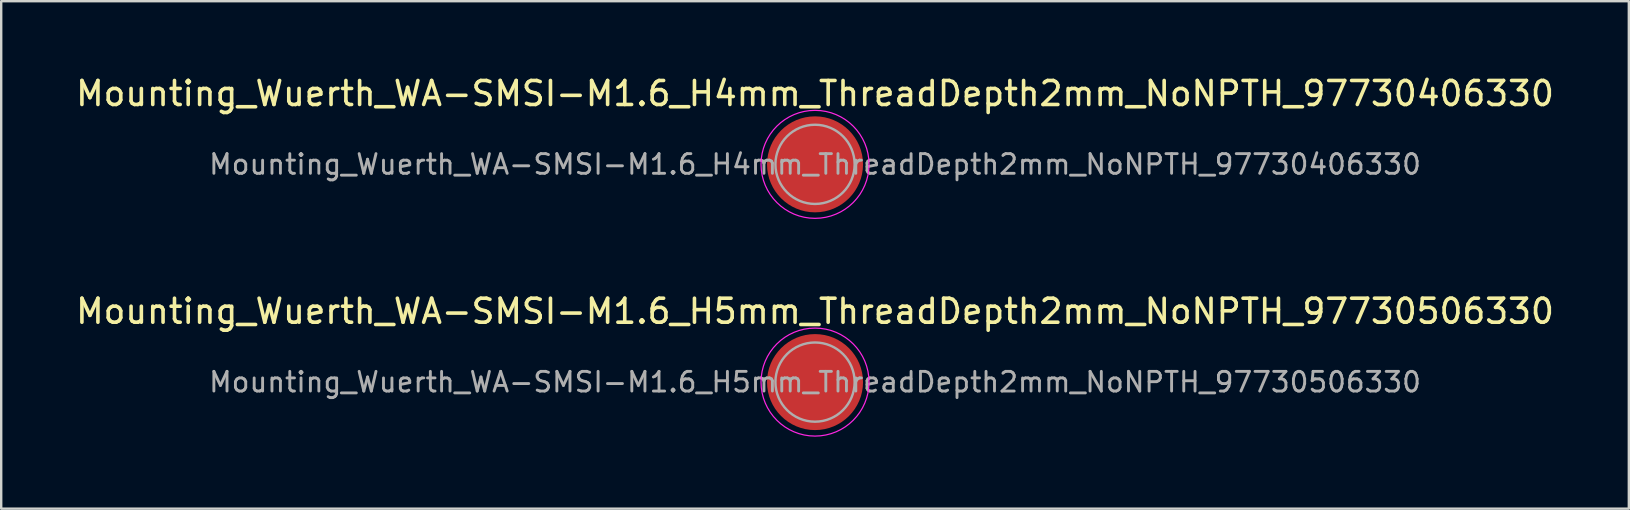
<source format=kicad_pcb>
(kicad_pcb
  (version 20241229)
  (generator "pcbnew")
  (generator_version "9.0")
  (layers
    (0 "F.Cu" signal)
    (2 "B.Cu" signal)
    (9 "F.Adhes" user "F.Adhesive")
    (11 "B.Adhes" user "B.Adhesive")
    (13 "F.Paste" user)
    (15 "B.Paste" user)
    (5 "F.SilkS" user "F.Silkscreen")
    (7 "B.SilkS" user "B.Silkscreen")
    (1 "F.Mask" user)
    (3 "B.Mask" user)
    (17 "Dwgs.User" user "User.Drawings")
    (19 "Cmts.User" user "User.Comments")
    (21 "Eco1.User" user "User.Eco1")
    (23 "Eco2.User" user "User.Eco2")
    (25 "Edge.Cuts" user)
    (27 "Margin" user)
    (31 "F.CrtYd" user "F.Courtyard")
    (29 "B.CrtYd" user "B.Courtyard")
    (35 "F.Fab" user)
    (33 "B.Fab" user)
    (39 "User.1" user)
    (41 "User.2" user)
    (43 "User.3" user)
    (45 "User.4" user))
  (footprint "Mounting_Wuerth_WA-SMSI-M1.6_H4mm_ThreadDepth2mm_NoNPTH_97730406330"
    (layer "F.Cu")
    (at 30.911 3.798)
    (property "Reference" "Mounting_Wuerth_WA-SMSI-M1.6_H4mm_ThreadDepth2mm_NoNPTH_97730406330" (at 0 -2.95 0) (layer "F.SilkS") (effects (font (size 1 1) (thickness 0.15))))
    (property "Mouser Part no." "" (at 0 0 0) (layer "F.Fab") (effects (font (size 1.27 1.27) (thickness 0.15))))
    (property "Mouser link" "" (at 0 0 0) (layer "F.Fab") (effects (font (size 1.27 1.27) (thickness 0.15))))
    (attr smd)
    (fp_circle (center 0 0) (end 2.25 0) (stroke (width 0.05) (type solid)) (fill no) (layer "F.CrtYd"))
    (fp_circle (center 0 0) (end 1.65 0) (stroke (width 0.1) (type solid)) (fill no) (layer "F.Fab"))
    (fp_text user "${REFERENCE}" (at 0 0 0) (layer "F.Fab") (effects (font (size 0.82 0.82) (thickness 0.12))))
    (pad "" smd custom (at -0.778 -0.778) (size 1.2 1.2) (layers "F.Paste") (options (anchor circle)) (primitives (gr_arc (start 0.465568 0.527817) (mid 0.494887 0.495062) (end 0.527624 0.465723) (width 0.2)) (gr_arc (start 0.344805 0.527817) (mid 0.424264 0.424264) (end 0.527818 0.344805) (width 0.2)) (gr_arc (start 0.232382 0.527817) (mid 0.353364 0.353743) (end 0.527329 0.232606) (width 0.2)) (gr_arc (start 0.123983 0.527817) (mid 0.282626 0.28306) (end 0.527243 0.124203) (width 0.2)) (gr_arc (start 0.017883 0.527817) (mid 0.211737 0.212527) (end 0.526755 0.018233) (width 0.2)) (gr_arc (start -0.086763 0.527817) (mid 0.141173 0.14167) (end 0.527142 -0.086568) (width 0.2)) (gr_arc (start -0.190428 0.527817) (mid 0.070433 0.070988) (end 0.527057 -0.190232) (width 0.2)) (gr_arc (start -0.293397 0.527817) (mid -0.000182 0.000182) (end 0.527315 -0.29328) (width 0.2)) (gr_arc (start -0.395852 0.527817) (mid -0.071085 -0.070336) (end 0.526781 -0.395631) (width 0.2)) (gr_arc (start -0.497918 0.527817) (mid -0.141622 -0.141221) (end 0.52726 -0.497809) (width 0.2)) (gr_arc (start -0.59968 0.527817) (mid -0.212364 -0.2119) (end 0.527171 -0.599563) (width 0.2)) (gr_arc (start -0.701202 0.527817) (mid -0.282952 -0.282733) (end 0.527511 -0.70115) (width 0.2)) (gr_arc (start -0.802531 0.527817) (mid -0.353765 -0.353343) (end 0.527227 -0.802438) (width 0.2)) (gr_arc (start -0.9037 0.527817) (mid -0.425176 -0.423352) (end 0.525265 -0.903319) (width 0.2)) (gr_arc (start -1.004737 0.527817) (mid -0.49534 -0.49461) (end 0.526794 -1.004593) (width 0.2)) (gr_line (start 0.528 0.466) (end 0.528 -1.005) (width 0.2)) (gr_line (start 0.466 0.528) (end -1.005 0.528) (width 0.2))))
    (pad "" smd custom (at -0.778 0.778) (size 1.2 1.2) (layers "F.Paste") (options (anchor circle)) (primitives (gr_arc (start 0.527817 -0.465568) (mid 0.495062 -0.494887) (end 0.465723 -0.527624) (width 0.2)) (gr_arc (start 0.527817 -0.344805) (mid 0.424264 -0.424264) (end 0.344805 -0.527818) (width 0.2)) (gr_arc (start 0.527817 -0.232382) (mid 0.353743 -0.353364) (end 0.232606 -0.527329) (width 0.2)) (gr_arc (start 0.527817 -0.123983) (mid 0.28306 -0.282626) (end 0.124203 -0.527243) (width 0.2)) (gr_arc (start 0.527817 -0.017883) (mid 0.212527 -0.211737) (end 0.018233 -0.526755) (width 0.2)) (gr_arc (start 0.527817 0.086763) (mid 0.14167 -0.141173) (end -0.086568 -0.527142) (width 0.2)) (gr_arc (start 0.527817 0.190428) (mid 0.070988 -0.070433) (end -0.190232 -0.527057) (width 0.2)) (gr_arc (start 0.527817 0.293397) (mid 0.000182 0.000182) (end -0.29328 -0.527315) (width 0.2)) (gr_arc (start 0.527817 0.395852) (mid -0.070336 0.071085) (end -0.395631 -0.526781) (width 0.2)) (gr_arc (start 0.527817 0.497918) (mid -0.141221 0.141622) (end -0.497809 -0.52726) (width 0.2)) (gr_arc (start 0.527817 0.59968) (mid -0.2119 0.212364) (end -0.599563 -0.527171) (width 0.2)) (gr_arc (start 0.527817 0.701202) (mid -0.282733 0.282952) (end -0.70115 -0.527511) (width 0.2)) (gr_arc (start 0.527817 0.802531) (mid -0.353343 0.353765) (end -0.802438 -0.527227) (width 0.2)) (gr_arc (start 0.527817 0.9037) (mid -0.423352 0.425176) (end -0.903319 -0.525265) (width 0.2)) (gr_arc (start 0.527817 1.004737) (mid -0.49461 0.49534) (end -1.004593 -0.526794) (width 0.2)) (gr_line (start 0.466 -0.528) (end -1.005 -0.528) (width 0.2)) (gr_line (start 0.528 -0.466) (end 0.528 1.005) (width 0.2))))
    (pad "" smd custom (at 0.778 -0.778) (size 1.2 1.2) (layers "F.Paste") (options (anchor circle)) (primitives (gr_arc (start -0.527817 0.465568) (mid -0.495062 0.494887) (end -0.465723 0.527624) (width 0.2)) (gr_arc (start -0.527817 0.344805) (mid -0.424264 0.424264) (end -0.344805 0.527818) (width 0.2)) (gr_arc (start -0.527817 0.232382) (mid -0.353743 0.353364) (end -0.232606 0.527329) (width 0.2)) (gr_arc (start -0.527817 0.123983) (mid -0.28306 0.282626) (end -0.124203 0.527243) (width 0.2)) (gr_arc (start -0.527817 0.017883) (mid -0.212527 0.211737) (end -0.018233 0.526755) (width 0.2)) (gr_arc (start -0.527817 -0.086763) (mid -0.14167 0.141173) (end 0.086568 0.527142) (width 0.2)) (gr_arc (start -0.527817 -0.190428) (mid -0.070988 0.070433) (end 0.190232 0.527057) (width 0.2)) (gr_arc (start -0.527817 -0.293397) (mid -0.000182 -0.000182) (end 0.29328 0.527315) (width 0.2)) (gr_arc (start -0.527817 -0.395852) (mid 0.070336 -0.071085) (end 0.395631 0.526781) (width 0.2)) (gr_arc (start -0.527817 -0.497918) (mid 0.141221 -0.141622) (end 0.497809 0.52726) (width 0.2)) (gr_arc (start -0.527817 -0.59968) (mid 0.2119 -0.212364) (end 0.599563 0.527171) (width 0.2)) (gr_arc (start -0.527817 -0.701202) (mid 0.282733 -0.282952) (end 0.70115 0.527511) (width 0.2)) (gr_arc (start -0.527817 -0.802531) (mid 0.353343 -0.353765) (end 0.802438 0.527227) (width 0.2)) (gr_arc (start -0.527817 -0.9037) (mid 0.423352 -0.425176) (end 0.903319 0.525265) (width 0.2)) (gr_arc (start -0.527817 -1.004737) (mid 0.49461 -0.49534) (end 1.004593 0.526794) (width 0.2)) (gr_line (start -0.466 0.528) (end 1.005 0.528) (width 0.2)) (gr_line (start -0.528 0.466) (end -0.528 -1.005) (width 0.2))))
    (pad "" smd custom (at 0.778 0.778) (size 1.2 1.2) (layers "F.Paste") (options (anchor circle)) (primitives (gr_arc (start -0.465568 -0.527817) (mid -0.494887 -0.495062) (end -0.527624 -0.465723) (width 0.2)) (gr_arc (start -0.344805 -0.527817) (mid -0.424264 -0.424264) (end -0.527818 -0.344805) (width 0.2)) (gr_arc (start -0.232382 -0.527817) (mid -0.353364 -0.353743) (end -0.527329 -0.232606) (width 0.2)) (gr_arc (start -0.123983 -0.527817) (mid -0.282626 -0.28306) (end -0.527243 -0.124203) (width 0.2)) (gr_arc (start -0.017883 -0.527817) (mid -0.211737 -0.212527) (end -0.526755 -0.018233) (width 0.2)) (gr_arc (start 0.086763 -0.527817) (mid -0.141173 -0.14167) (end -0.527142 0.086568) (width 0.2)) (gr_arc (start 0.190428 -0.527817) (mid -0.070433 -0.070988) (end -0.527057 0.190232) (width 0.2)) (gr_arc (start 0.293397 -0.527817) (mid 0.000182 -0.000182) (end -0.527315 0.29328) (width 0.2)) (gr_arc (start 0.395852 -0.527817) (mid 0.071085 0.070336) (end -0.526781 0.395631) (width 0.2)) (gr_arc (start 0.497918 -0.527817) (mid 0.141622 0.141221) (end -0.52726 0.497809) (width 0.2)) (gr_arc (start 0.59968 -0.527817) (mid 0.212364 0.2119) (end -0.527171 0.599563) (width 0.2)) (gr_arc (start 0.701202 -0.527817) (mid 0.282952 0.282733) (end -0.527511 0.70115) (width 0.2)) (gr_arc (start 0.802531 -0.527817) (mid 0.353765 0.353343) (end -0.527227 0.802438) (width 0.2)) (gr_arc (start 0.9037 -0.527817) (mid 0.425176 0.423352) (end -0.525265 0.903319) (width 0.2)) (gr_arc (start 1.004737 -0.527817) (mid 0.49534 0.49461) (end -0.526794 1.004593) (width 0.2)) (gr_line (start -0.528 -0.466) (end -0.528 1.005) (width 0.2)) (gr_line (start -0.466 -0.528) (end 1.005 -0.528) (width 0.2))))
    (pad "1" smd circle (at 0 0) (size 4 4) (layers "F.Cu" "F.Mask")))
  (footprint "Mounting_Wuerth_WA-SMSI-M1.6_H5mm_ThreadDepth2mm_NoNPTH_97730506330"
    (layer "F.Cu")
    (at 30.911 12.871)
    (property "Reference" "Mounting_Wuerth_WA-SMSI-M1.6_H5mm_ThreadDepth2mm_NoNPTH_97730506330" (at 0 -2.95 0) (layer "F.SilkS") (effects (font (size 1 1) (thickness 0.15))))
    (property "Mouser Part no." "" (at 0 0 0) (layer "F.Fab") (effects (font (size 1.27 1.27) (thickness 0.15))))
    (property "Mouser link" "" (at 0 0 0) (layer "F.Fab") (effects (font (size 1.27 1.27) (thickness 0.15))))
    (attr smd)
    (fp_circle (center 0 0) (end 2.25 0) (stroke (width 0.05) (type solid)) (fill no) (layer "F.CrtYd"))
    (fp_circle (center 0 0) (end 1.65 0) (stroke (width 0.1) (type solid)) (fill no) (layer "F.Fab"))
    (fp_text user "${REFERENCE}" (at 0 0 0) (layer "F.Fab") (effects (font (size 0.82 0.82) (thickness 0.12))))
    (pad "" smd custom (at -0.778 -0.778) (size 1.2 1.2) (layers "F.Paste") (options (anchor circle)) (primitives (gr_arc (start 0.465568 0.527817) (mid 0.494887 0.495062) (end 0.527624 0.465723) (width 0.2)) (gr_arc (start 0.344805 0.527817) (mid 0.424264 0.424264) (end 0.527818 0.344805) (width 0.2)) (gr_arc (start 0.232382 0.527817) (mid 0.353364 0.353743) (end 0.527329 0.232606) (width 0.2)) (gr_arc (start 0.123983 0.527817) (mid 0.282626 0.28306) (end 0.527243 0.124203) (width 0.2)) (gr_arc (start 0.017883 0.527817) (mid 0.211737 0.212527) (end 0.526755 0.018233) (width 0.2)) (gr_arc (start -0.086763 0.527817) (mid 0.141173 0.14167) (end 0.527142 -0.086568) (width 0.2)) (gr_arc (start -0.190428 0.527817) (mid 0.070433 0.070988) (end 0.527057 -0.190232) (width 0.2)) (gr_arc (start -0.293397 0.527817) (mid -0.000182 0.000182) (end 0.527315 -0.29328) (width 0.2)) (gr_arc (start -0.395852 0.527817) (mid -0.071085 -0.070336) (end 0.526781 -0.395631) (width 0.2)) (gr_arc (start -0.497918 0.527817) (mid -0.141622 -0.141221) (end 0.52726 -0.497809) (width 0.2)) (gr_arc (start -0.59968 0.527817) (mid -0.212364 -0.2119) (end 0.527171 -0.599563) (width 0.2)) (gr_arc (start -0.701202 0.527817) (mid -0.282952 -0.282733) (end 0.527511 -0.70115) (width 0.2)) (gr_arc (start -0.802531 0.527817) (mid -0.353765 -0.353343) (end 0.527227 -0.802438) (width 0.2)) (gr_arc (start -0.9037 0.527817) (mid -0.425176 -0.423352) (end 0.525265 -0.903319) (width 0.2)) (gr_arc (start -1.004737 0.527817) (mid -0.49534 -0.49461) (end 0.526794 -1.004593) (width 0.2)) (gr_line (start 0.528 0.466) (end 0.528 -1.005) (width 0.2)) (gr_line (start 0.466 0.528) (end -1.005 0.528) (width 0.2))))
    (pad "" smd custom (at -0.778 0.778) (size 1.2 1.2) (layers "F.Paste") (options (anchor circle)) (primitives (gr_arc (start 0.527817 -0.465568) (mid 0.495062 -0.494887) (end 0.465723 -0.527624) (width 0.2)) (gr_arc (start 0.527817 -0.344805) (mid 0.424264 -0.424264) (end 0.344805 -0.527818) (width 0.2)) (gr_arc (start 0.527817 -0.232382) (mid 0.353743 -0.353364) (end 0.232606 -0.527329) (width 0.2)) (gr_arc (start 0.527817 -0.123983) (mid 0.28306 -0.282626) (end 0.124203 -0.527243) (width 0.2)) (gr_arc (start 0.527817 -0.017883) (mid 0.212527 -0.211737) (end 0.018233 -0.526755) (width 0.2)) (gr_arc (start 0.527817 0.086763) (mid 0.14167 -0.141173) (end -0.086568 -0.527142) (width 0.2)) (gr_arc (start 0.527817 0.190428) (mid 0.070988 -0.070433) (end -0.190232 -0.527057) (width 0.2)) (gr_arc (start 0.527817 0.293397) (mid 0.000182 0.000182) (end -0.29328 -0.527315) (width 0.2)) (gr_arc (start 0.527817 0.395852) (mid -0.070336 0.071085) (end -0.395631 -0.526781) (width 0.2)) (gr_arc (start 0.527817 0.497918) (mid -0.141221 0.141622) (end -0.497809 -0.52726) (width 0.2)) (gr_arc (start 0.527817 0.59968) (mid -0.2119 0.212364) (end -0.599563 -0.527171) (width 0.2)) (gr_arc (start 0.527817 0.701202) (mid -0.282733 0.282952) (end -0.70115 -0.527511) (width 0.2)) (gr_arc (start 0.527817 0.802531) (mid -0.353343 0.353765) (end -0.802438 -0.527227) (width 0.2)) (gr_arc (start 0.527817 0.9037) (mid -0.423352 0.425176) (end -0.903319 -0.525265) (width 0.2)) (gr_arc (start 0.527817 1.004737) (mid -0.49461 0.49534) (end -1.004593 -0.526794) (width 0.2)) (gr_line (start 0.466 -0.528) (end -1.005 -0.528) (width 0.2)) (gr_line (start 0.528 -0.466) (end 0.528 1.005) (width 0.2))))
    (pad "" smd custom (at 0.778 -0.778) (size 1.2 1.2) (layers "F.Paste") (options (anchor circle)) (primitives (gr_arc (start -0.527817 0.465568) (mid -0.495062 0.494887) (end -0.465723 0.527624) (width 0.2)) (gr_arc (start -0.527817 0.344805) (mid -0.424264 0.424264) (end -0.344805 0.527818) (width 0.2)) (gr_arc (start -0.527817 0.232382) (mid -0.353743 0.353364) (end -0.232606 0.527329) (width 0.2)) (gr_arc (start -0.527817 0.123983) (mid -0.28306 0.282626) (end -0.124203 0.527243) (width 0.2)) (gr_arc (start -0.527817 0.017883) (mid -0.212527 0.211737) (end -0.018233 0.526755) (width 0.2)) (gr_arc (start -0.527817 -0.086763) (mid -0.14167 0.141173) (end 0.086568 0.527142) (width 0.2)) (gr_arc (start -0.527817 -0.190428) (mid -0.070988 0.070433) (end 0.190232 0.527057) (width 0.2)) (gr_arc (start -0.527817 -0.293397) (mid -0.000182 -0.000182) (end 0.29328 0.527315) (width 0.2)) (gr_arc (start -0.527817 -0.395852) (mid 0.070336 -0.071085) (end 0.395631 0.526781) (width 0.2)) (gr_arc (start -0.527817 -0.497918) (mid 0.141221 -0.141622) (end 0.497809 0.52726) (width 0.2)) (gr_arc (start -0.527817 -0.59968) (mid 0.2119 -0.212364) (end 0.599563 0.527171) (width 0.2)) (gr_arc (start -0.527817 -0.701202) (mid 0.282733 -0.282952) (end 0.70115 0.527511) (width 0.2)) (gr_arc (start -0.527817 -0.802531) (mid 0.353343 -0.353765) (end 0.802438 0.527227) (width 0.2)) (gr_arc (start -0.527817 -0.9037) (mid 0.423352 -0.425176) (end 0.903319 0.525265) (width 0.2)) (gr_arc (start -0.527817 -1.004737) (mid 0.49461 -0.49534) (end 1.004593 0.526794) (width 0.2)) (gr_line (start -0.466 0.528) (end 1.005 0.528) (width 0.2)) (gr_line (start -0.528 0.466) (end -0.528 -1.005) (width 0.2))))
    (pad "" smd custom (at 0.778 0.778) (size 1.2 1.2) (layers "F.Paste") (options (anchor circle)) (primitives (gr_arc (start -0.465568 -0.527817) (mid -0.494887 -0.495062) (end -0.527624 -0.465723) (width 0.2)) (gr_arc (start -0.344805 -0.527817) (mid -0.424264 -0.424264) (end -0.527818 -0.344805) (width 0.2)) (gr_arc (start -0.232382 -0.527817) (mid -0.353364 -0.353743) (end -0.527329 -0.232606) (width 0.2)) (gr_arc (start -0.123983 -0.527817) (mid -0.282626 -0.28306) (end -0.527243 -0.124203) (width 0.2)) (gr_arc (start -0.017883 -0.527817) (mid -0.211737 -0.212527) (end -0.526755 -0.018233) (width 0.2)) (gr_arc (start 0.086763 -0.527817) (mid -0.141173 -0.14167) (end -0.527142 0.086568) (width 0.2)) (gr_arc (start 0.190428 -0.527817) (mid -0.070433 -0.070988) (end -0.527057 0.190232) (width 0.2)) (gr_arc (start 0.293397 -0.527817) (mid 0.000182 -0.000182) (end -0.527315 0.29328) (width 0.2)) (gr_arc (start 0.395852 -0.527817) (mid 0.071085 0.070336) (end -0.526781 0.395631) (width 0.2)) (gr_arc (start 0.497918 -0.527817) (mid 0.141622 0.141221) (end -0.52726 0.497809) (width 0.2)) (gr_arc (start 0.59968 -0.527817) (mid 0.212364 0.2119) (end -0.527171 0.599563) (width 0.2)) (gr_arc (start 0.701202 -0.527817) (mid 0.282952 0.282733) (end -0.527511 0.70115) (width 0.2)) (gr_arc (start 0.802531 -0.527817) (mid 0.353765 0.353343) (end -0.527227 0.802438) (width 0.2)) (gr_arc (start 0.9037 -0.527817) (mid 0.425176 0.423352) (end -0.525265 0.903319) (width 0.2)) (gr_arc (start 1.004737 -0.527817) (mid 0.49534 0.49461) (end -0.526794 1.004593) (width 0.2)) (gr_line (start -0.528 -0.466) (end -0.528 1.005) (width 0.2)) (gr_line (start -0.466 -0.528) (end 1.005 -0.528) (width 0.2))))
    (pad "1" smd circle (at 0 0) (size 4 4) (layers "F.Cu" "F.Mask")))
  (gr_rect
    (start -3 -3)
    (end 64.821 18.146)
    (stroke (width 0.1) (type default))
    (fill no)
    (layer "Edge.Cuts")))
</source>
